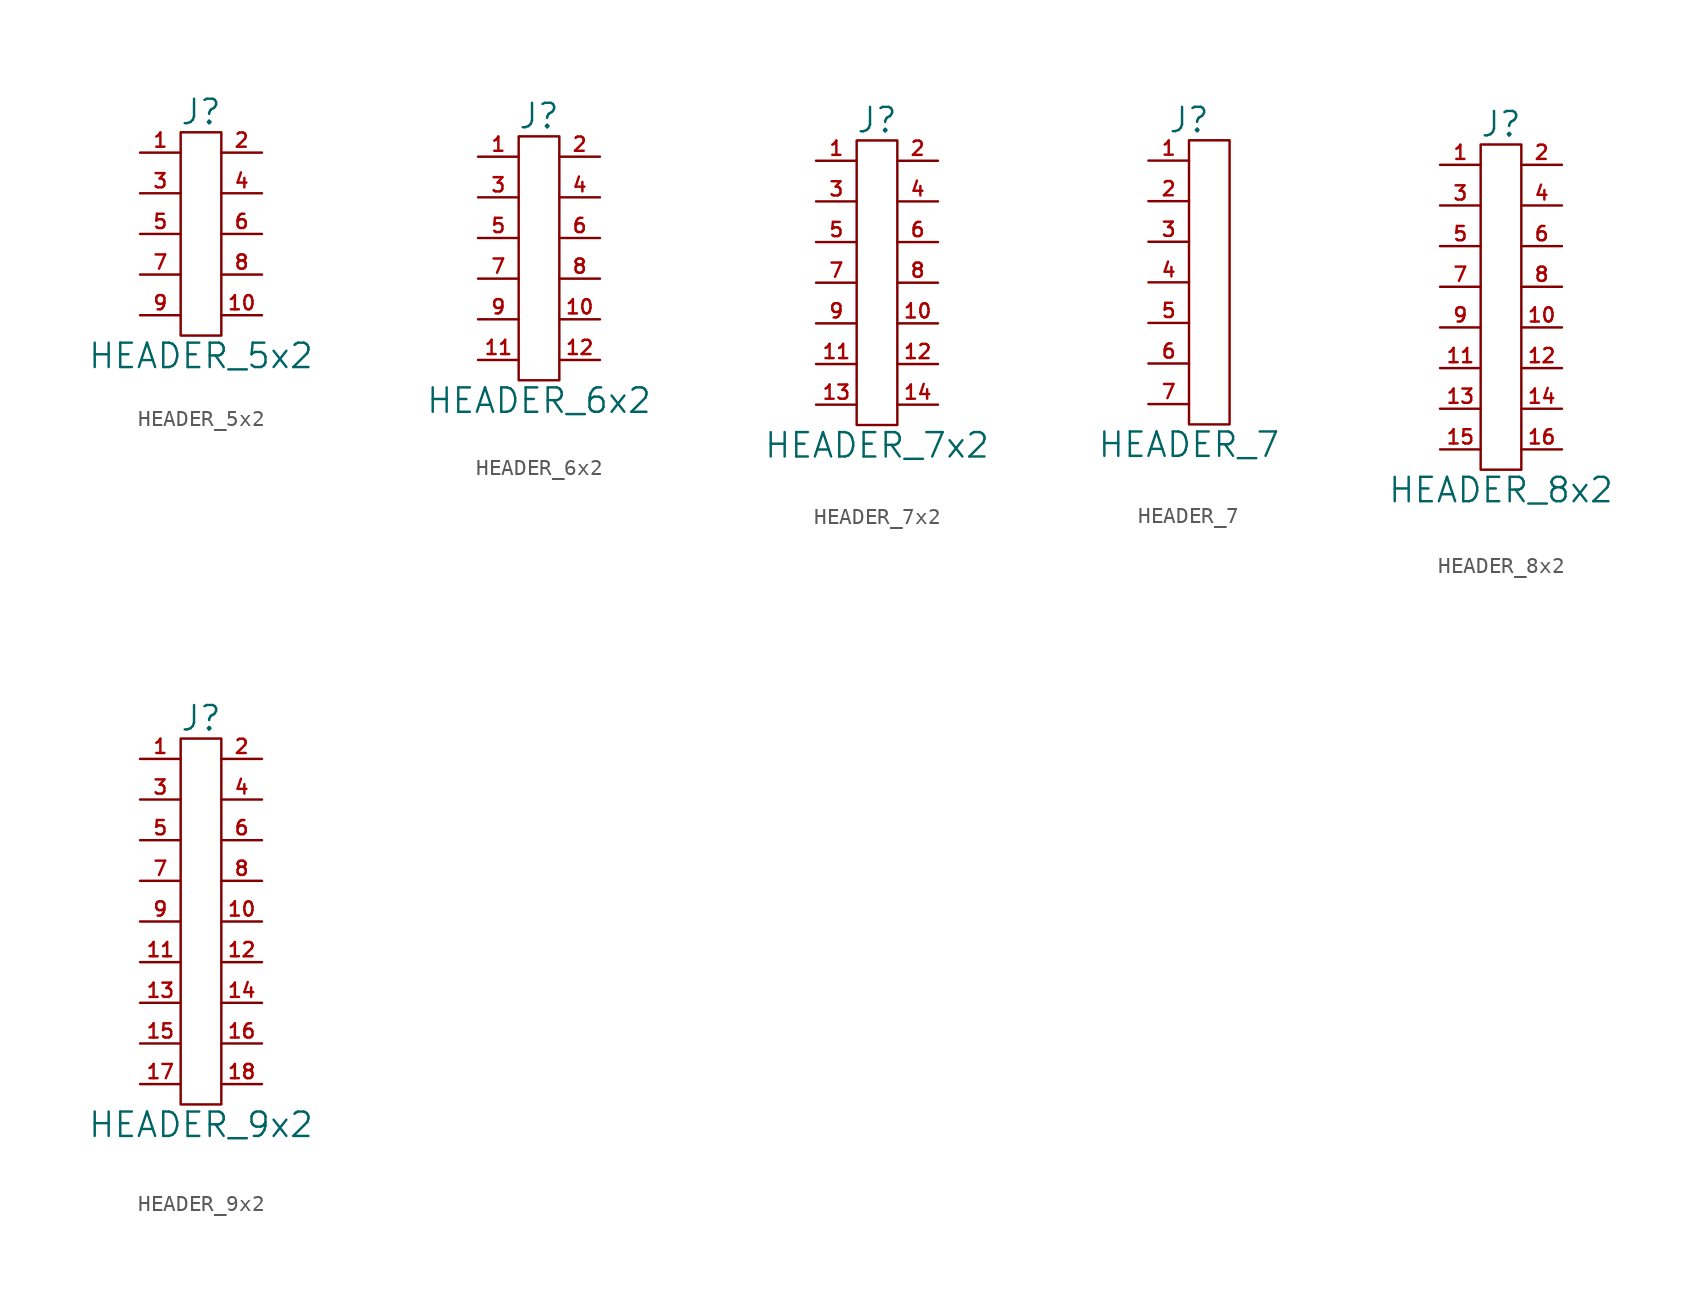
<source format=kicad_sym>
(kicad_symbol_lib
  (version 20211014)
  (generator kicad_symbol_editor)
  (symbol "HEADER_5x2"
    (pin_names
      (offset 0))
    (property "Reference" "J"
      (at 0 7.62 0)
      (effects (font (size 1.524 1.524))))
    (property "Value" "HEADER_5x2"
      (at 0 -7.62 0)
      (effects (font (size 1.524 1.524))))
    (property "Footprint" ""
      (at 0 0 0)
      (effects (font (size 1.524 1.524))))
    (property "Datasheet" ""
      (at 0 0 0)
      (effects (font (size 1.524 1.524))))
    (symbol "HEADER_5x2_0_1"
      (rectangle (start 1.27 6.35) (end -1.27 -6.35) (stroke (width 0) (type default) (color 0 0 0 0)) (fill (type none))))
    (symbol "HEADER_5x2_1_1"
      (pin passive line (at -3.81 5.08 0) (length 2.54) (name "~" (effects (font (size 1.27 1.27)))) (number "1" (effects (font (size 0.889 0.889)))))
      (pin passive line (at 3.81 -5.08 180) (length 2.54) (name "~" (effects (font (size 1.27 1.27)))) (number "10" (effects (font (size 0.889 0.889)))))
      (pin passive line (at 3.81 5.08 180) (length 2.54) (name "~" (effects (font (size 1.27 1.27)))) (number "2" (effects (font (size 0.889 0.889)))))
      (pin passive line (at -3.81 2.54 0) (length 2.54) (name "~" (effects (font (size 1.27 1.27)))) (number "3" (effects (font (size 0.889 0.889)))))
      (pin passive line (at 3.81 2.54 180) (length 2.54) (name "~" (effects (font (size 1.27 1.27)))) (number "4" (effects (font (size 0.889 0.889)))))
      (pin passive line (at -3.81 0 0) (length 2.54) (name "~" (effects (font (size 1.27 1.27)))) (number "5" (effects (font (size 0.889 0.889)))))
      (pin passive line (at 3.81 0 180) (length 2.54) (name "~" (effects (font (size 1.27 1.27)))) (number "6" (effects (font (size 0.889 0.889)))))
      (pin passive line (at -3.81 -2.54 0) (length 2.54) (name "~" (effects (font (size 1.27 1.27)))) (number "7" (effects (font (size 0.889 0.889)))))
      (pin passive line (at 3.81 -2.54 180) (length 2.54) (name "~" (effects (font (size 1.27 1.27)))) (number "8" (effects (font (size 0.889 0.889)))))
      (pin passive line (at -3.81 -5.08 0) (length 2.54) (name "~" (effects (font (size 1.27 1.27)))) (number "9" (effects (font (size 0.889 0.889)))))))
  (symbol "HEADER_6x2"
    (pin_names
      (offset 0))
    (property "Reference" "J"
      (at 0 8.89 0)
      (effects (font (size 1.524 1.524))))
    (property "Value" "HEADER_6x2"
      (at 0 -8.89 0)
      (effects (font (size 1.524 1.524))))
    (property "Footprint" ""
      (at 0 0 0)
      (effects (font (size 1.524 1.524))))
    (property "Datasheet" ""
      (at 0 0 0)
      (effects (font (size 1.524 1.524))))
    (symbol "HEADER_6x2_0_1"
      (rectangle (start 1.27 7.62) (end -1.27 -7.62) (stroke (width 0) (type default) (color 0 0 0 0)) (fill (type none))))
    (symbol "HEADER_6x2_1_1"
      (pin passive line (at -3.81 6.35 0) (length 2.54) (name "~" (effects (font (size 1.27 1.27)))) (number "1" (effects (font (size 0.889 0.889)))))
      (pin passive line (at 3.81 -3.81 180) (length 2.54) (name "~" (effects (font (size 1.27 1.27)))) (number "10" (effects (font (size 0.889 0.889)))))
      (pin passive line (at -3.81 -6.35 0) (length 2.54) (name "~" (effects (font (size 1.27 1.27)))) (number "11" (effects (font (size 0.889 0.889)))))
      (pin passive line (at 3.81 -6.35 180) (length 2.54) (name "~" (effects (font (size 1.27 1.27)))) (number "12" (effects (font (size 0.889 0.889)))))
      (pin passive line (at 3.81 6.35 180) (length 2.54) (name "~" (effects (font (size 1.27 1.27)))) (number "2" (effects (font (size 0.889 0.889)))))
      (pin passive line (at -3.81 3.81 0) (length 2.54) (name "~" (effects (font (size 1.27 1.27)))) (number "3" (effects (font (size 0.889 0.889)))))
      (pin passive line (at 3.81 3.81 180) (length 2.54) (name "~" (effects (font (size 1.27 1.27)))) (number "4" (effects (font (size 0.889 0.889)))))
      (pin passive line (at -3.81 1.27 0) (length 2.54) (name "~" (effects (font (size 1.27 1.27)))) (number "5" (effects (font (size 0.889 0.889)))))
      (pin passive line (at 3.81 1.27 180) (length 2.54) (name "~" (effects (font (size 1.27 1.27)))) (number "6" (effects (font (size 0.889 0.889)))))
      (pin passive line (at -3.81 -1.27 0) (length 2.54) (name "~" (effects (font (size 1.27 1.27)))) (number "7" (effects (font (size 0.889 0.889)))))
      (pin passive line (at 3.81 -1.27 180) (length 2.54) (name "~" (effects (font (size 1.27 1.27)))) (number "8" (effects (font (size 0.889 0.889)))))
      (pin passive line (at -3.81 -3.81 0) (length 2.54) (name "~" (effects (font (size 1.27 1.27)))) (number "9" (effects (font (size 0.889 0.889)))))))
  (symbol "HEADER_7x2"
    (pin_names
      (offset 0))
    (property "Reference" "J"
      (at 0 10.16 0)
      (effects (font (size 1.524 1.524))))
    (property "Value" "HEADER_7x2"
      (at 0 -10.16 0)
      (effects (font (size 1.524 1.524))))
    (property "Footprint" ""
      (at 0 0 0)
      (effects (font (size 1.524 1.524))))
    (property "Datasheet" ""
      (at 0 0 0)
      (effects (font (size 1.524 1.524))))
    (symbol "HEADER_7x2_0_1"
      (rectangle (start 1.27 8.89) (end -1.27 -8.89) (stroke (width 0) (type default) (color 0 0 0 0)) (fill (type none))))
    (symbol "HEADER_7x2_1_1"
      (pin passive line (at -3.81 7.62 0) (length 2.54) (name "~" (effects (font (size 1.27 1.27)))) (number "1" (effects (font (size 0.889 0.889)))))
      (pin passive line (at 3.81 -2.54 180) (length 2.54) (name "~" (effects (font (size 1.27 1.27)))) (number "10" (effects (font (size 0.889 0.889)))))
      (pin passive line (at -3.81 -5.08 0) (length 2.54) (name "~" (effects (font (size 1.27 1.27)))) (number "11" (effects (font (size 0.889 0.889)))))
      (pin passive line (at 3.81 -5.08 180) (length 2.54) (name "~" (effects (font (size 1.27 1.27)))) (number "12" (effects (font (size 0.889 0.889)))))
      (pin passive line (at -3.81 -7.62 0) (length 2.54) (name "~" (effects (font (size 1.27 1.27)))) (number "13" (effects (font (size 0.889 0.889)))))
      (pin passive line (at 3.81 -7.62 180) (length 2.54) (name "~" (effects (font (size 1.27 1.27)))) (number "14" (effects (font (size 0.889 0.889)))))
      (pin passive line (at 3.81 7.62 180) (length 2.54) (name "~" (effects (font (size 1.27 1.27)))) (number "2" (effects (font (size 0.889 0.889)))))
      (pin passive line (at -3.81 5.08 0) (length 2.54) (name "~" (effects (font (size 1.27 1.27)))) (number "3" (effects (font (size 0.889 0.889)))))
      (pin passive line (at 3.81 5.08 180) (length 2.54) (name "~" (effects (font (size 1.27 1.27)))) (number "4" (effects (font (size 0.889 0.889)))))
      (pin passive line (at -3.81 2.54 0) (length 2.54) (name "~" (effects (font (size 1.27 1.27)))) (number "5" (effects (font (size 0.889 0.889)))))
      (pin passive line (at 3.81 2.54 180) (length 2.54) (name "~" (effects (font (size 1.27 1.27)))) (number "6" (effects (font (size 0.889 0.889)))))
      (pin passive line (at -3.81 0 0) (length 2.54) (name "~" (effects (font (size 1.27 1.27)))) (number "7" (effects (font (size 0.889 0.889)))))
      (pin passive line (at 3.81 0 180) (length 2.54) (name "~" (effects (font (size 1.27 1.27)))) (number "8" (effects (font (size 0.889 0.889)))))
      (pin passive line (at -3.81 -2.54 0) (length 2.54) (name "~" (effects (font (size 1.27 1.27)))) (number "9" (effects (font (size 0.889 0.889)))))))
  (symbol "HEADER_7"
    (pin_names
      (offset 0))
    (property "Reference" "J"
      (at 0 10.16 0)
      (effects (font (size 1.524 1.524))))
    (property "Value" "HEADER_7"
      (at 0 -10.16 0)
      (effects (font (size 1.524 1.524))))
    (property "Footprint" ""
      (at 0 0 0)
      (effects (font (size 1.524 1.524))))
    (property "Datasheet" ""
      (at 0 0 0)
      (effects (font (size 1.524 1.524))))
    (symbol "HEADER_7_0_1"
      (rectangle (start 2.54 8.89) (end 0 -8.89) (stroke (width 0) (type default) (color 0 0 0 0)) (fill (type none))))
    (symbol "HEADER_7_1_1"
      (pin passive line (at -2.54 7.62 0) (length 2.54) (name "~" (effects (font (size 1.27 1.27)))) (number "1" (effects (font (size 0.889 0.889)))))
      (pin passive line (at -2.54 5.08 0) (length 2.54) (name "~" (effects (font (size 1.27 1.27)))) (number "2" (effects (font (size 0.889 0.889)))))
      (pin passive line (at -2.54 2.54 0) (length 2.54) (name "~" (effects (font (size 1.27 1.27)))) (number "3" (effects (font (size 0.889 0.889)))))
      (pin passive line (at -2.54 0 0) (length 2.54) (name "~" (effects (font (size 1.27 1.27)))) (number "4" (effects (font (size 0.889 0.889)))))
      (pin passive line (at -2.54 -2.54 0) (length 2.54) (name "~" (effects (font (size 1.27 1.27)))) (number "5" (effects (font (size 0.889 0.889)))))
      (pin passive line (at -2.54 -5.08 0) (length 2.54) (name "~" (effects (font (size 1.27 1.27)))) (number "6" (effects (font (size 0.889 0.889)))))
      (pin passive line (at -2.54 -7.62 0) (length 2.54) (name "~" (effects (font (size 1.27 1.27)))) (number "7" (effects (font (size 0.889 0.889)))))))
  (symbol "HEADER_8x2"
    (pin_names
      (offset 0))
    (property "Reference" "J"
      (at 0 11.43 0)
      (effects (font (size 1.524 1.524))))
    (property "Value" "HEADER_8x2"
      (at 0 -11.43 0)
      (effects (font (size 1.524 1.524))))
    (property "Footprint" ""
      (at 0 0 0)
      (effects (font (size 1.524 1.524))))
    (property "Datasheet" ""
      (at 0 0 0)
      (effects (font (size 1.524 1.524))))
    (symbol "HEADER_8x2_0_1"
      (rectangle (start 1.27 10.16) (end -1.27 -10.16) (stroke (width 0) (type default) (color 0 0 0 0)) (fill (type none))))
    (symbol "HEADER_8x2_1_1"
      (pin passive line (at -3.81 8.89 0) (length 2.54) (name "~" (effects (font (size 1.27 1.27)))) (number "1" (effects (font (size 0.889 0.889)))))
      (pin passive line (at 3.81 -1.27 180) (length 2.54) (name "~" (effects (font (size 1.27 1.27)))) (number "10" (effects (font (size 0.889 0.889)))))
      (pin passive line (at -3.81 -3.81 0) (length 2.54) (name "~" (effects (font (size 1.27 1.27)))) (number "11" (effects (font (size 0.889 0.889)))))
      (pin passive line (at 3.81 -3.81 180) (length 2.54) (name "~" (effects (font (size 1.27 1.27)))) (number "12" (effects (font (size 0.889 0.889)))))
      (pin passive line (at -3.81 -6.35 0) (length 2.54) (name "~" (effects (font (size 1.27 1.27)))) (number "13" (effects (font (size 0.889 0.889)))))
      (pin passive line (at 3.81 -6.35 180) (length 2.54) (name "~" (effects (font (size 1.27 1.27)))) (number "14" (effects (font (size 0.889 0.889)))))
      (pin passive line (at -3.81 -8.89 0) (length 2.54) (name "~" (effects (font (size 1.27 1.27)))) (number "15" (effects (font (size 0.889 0.889)))))
      (pin passive line (at 3.81 -8.89 180) (length 2.54) (name "~" (effects (font (size 1.27 1.27)))) (number "16" (effects (font (size 0.889 0.889)))))
      (pin passive line (at 3.81 8.89 180) (length 2.54) (name "~" (effects (font (size 1.27 1.27)))) (number "2" (effects (font (size 0.889 0.889)))))
      (pin passive line (at -3.81 6.35 0) (length 2.54) (name "~" (effects (font (size 1.27 1.27)))) (number "3" (effects (font (size 0.889 0.889)))))
      (pin passive line (at 3.81 6.35 180) (length 2.54) (name "~" (effects (font (size 1.27 1.27)))) (number "4" (effects (font (size 0.889 0.889)))))
      (pin passive line (at -3.81 3.81 0) (length 2.54) (name "~" (effects (font (size 1.27 1.27)))) (number "5" (effects (font (size 0.889 0.889)))))
      (pin passive line (at 3.81 3.81 180) (length 2.54) (name "~" (effects (font (size 1.27 1.27)))) (number "6" (effects (font (size 0.889 0.889)))))
      (pin passive line (at -3.81 1.27 0) (length 2.54) (name "~" (effects (font (size 1.27 1.27)))) (number "7" (effects (font (size 0.889 0.889)))))
      (pin passive line (at 3.81 1.27 180) (length 2.54) (name "~" (effects (font (size 1.27 1.27)))) (number "8" (effects (font (size 0.889 0.889)))))
      (pin passive line (at -3.81 -1.27 0) (length 2.54) (name "~" (effects (font (size 1.27 1.27)))) (number "9" (effects (font (size 0.889 0.889)))))))
  (symbol "HEADER_9x2"
    (pin_names
      (offset 0))
    (property "Reference" "J"
      (at 0 12.7 0)
      (effects (font (size 1.524 1.524))))
    (property "Value" "HEADER_9x2"
      (at 0 -12.7 0)
      (effects (font (size 1.524 1.524))))
    (property "Footprint" ""
      (at 0 0 0)
      (effects (font (size 1.524 1.524))))
    (property "Datasheet" ""
      (at 0 0 0)
      (effects (font (size 1.524 1.524))))
    (symbol "HEADER_9x2_0_1"
      (rectangle (start 1.27 11.43) (end -1.27 -11.43) (stroke (width 0) (type default) (color 0 0 0 0)) (fill (type none))))
    (symbol "HEADER_9x2_1_1"
      (pin passive line (at -3.81 10.16 0) (length 2.54) (name "~" (effects (font (size 1.27 1.27)))) (number "1" (effects (font (size 0.889 0.889)))))
      (pin passive line (at 3.81 0 180) (length 2.54) (name "~" (effects (font (size 1.27 1.27)))) (number "10" (effects (font (size 0.889 0.889)))))
      (pin passive line (at -3.81 -2.54 0) (length 2.54) (name "~" (effects (font (size 1.27 1.27)))) (number "11" (effects (font (size 0.889 0.889)))))
      (pin passive line (at 3.81 -2.54 180) (length 2.54) (name "~" (effects (font (size 1.27 1.27)))) (number "12" (effects (font (size 0.889 0.889)))))
      (pin passive line (at -3.81 -5.08 0) (length 2.54) (name "~" (effects (font (size 1.27 1.27)))) (number "13" (effects (font (size 0.889 0.889)))))
      (pin passive line (at 3.81 -5.08 180) (length 2.54) (name "~" (effects (font (size 1.27 1.27)))) (number "14" (effects (font (size 0.889 0.889)))))
      (pin passive line (at -3.81 -7.62 0) (length 2.54) (name "~" (effects (font (size 1.27 1.27)))) (number "15" (effects (font (size 0.889 0.889)))))
      (pin passive line (at 3.81 -7.62 180) (length 2.54) (name "~" (effects (font (size 1.27 1.27)))) (number "16" (effects (font (size 0.889 0.889)))))
      (pin passive line (at -3.81 -10.16 0) (length 2.54) (name "~" (effects (font (size 1.27 1.27)))) (number "17" (effects (font (size 0.889 0.889)))))
      (pin passive line (at 3.81 -10.16 180) (length 2.54) (name "~" (effects (font (size 1.27 1.27)))) (number "18" (effects (font (size 0.889 0.889)))))
      (pin passive line (at 3.81 10.16 180) (length 2.54) (name "~" (effects (font (size 1.27 1.27)))) (number "2" (effects (font (size 0.889 0.889)))))
      (pin passive line (at -3.81 7.62 0) (length 2.54) (name "~" (effects (font (size 1.27 1.27)))) (number "3" (effects (font (size 0.889 0.889)))))
      (pin passive line (at 3.81 7.62 180) (length 2.54) (name "~" (effects (font (size 1.27 1.27)))) (number "4" (effects (font (size 0.889 0.889)))))
      (pin passive line (at -3.81 5.08 0) (length 2.54) (name "~" (effects (font (size 1.27 1.27)))) (number "5" (effects (font (size 0.889 0.889)))))
      (pin passive line (at 3.81 5.08 180) (length 2.54) (name "~" (effects (font (size 1.27 1.27)))) (number "6" (effects (font (size 0.889 0.889)))))
      (pin passive line (at -3.81 2.54 0) (length 2.54) (name "~" (effects (font (size 1.27 1.27)))) (number "7" (effects (font (size 0.889 0.889)))))
      (pin passive line (at 3.81 2.54 180) (length 2.54) (name "~" (effects (font (size 1.27 1.27)))) (number "8" (effects (font (size 0.889 0.889)))))
      (pin passive line (at -3.81 0 0) (length 2.54) (name "~" (effects (font (size 1.27 1.27)))) (number "9" (effects (font (size 0.889 0.889))))))))
</source>
